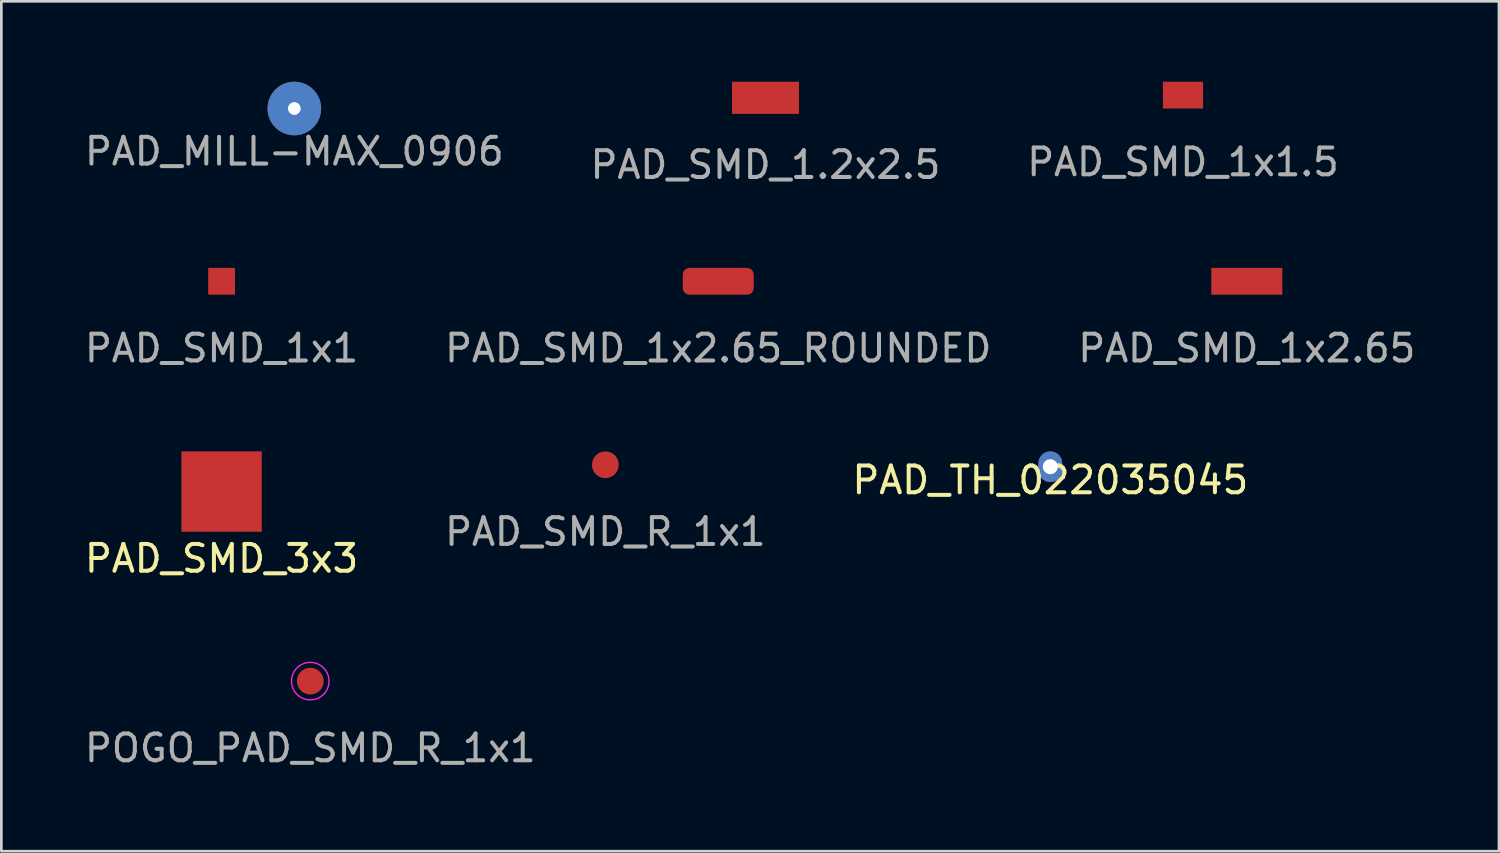
<source format=kicad_pcb>
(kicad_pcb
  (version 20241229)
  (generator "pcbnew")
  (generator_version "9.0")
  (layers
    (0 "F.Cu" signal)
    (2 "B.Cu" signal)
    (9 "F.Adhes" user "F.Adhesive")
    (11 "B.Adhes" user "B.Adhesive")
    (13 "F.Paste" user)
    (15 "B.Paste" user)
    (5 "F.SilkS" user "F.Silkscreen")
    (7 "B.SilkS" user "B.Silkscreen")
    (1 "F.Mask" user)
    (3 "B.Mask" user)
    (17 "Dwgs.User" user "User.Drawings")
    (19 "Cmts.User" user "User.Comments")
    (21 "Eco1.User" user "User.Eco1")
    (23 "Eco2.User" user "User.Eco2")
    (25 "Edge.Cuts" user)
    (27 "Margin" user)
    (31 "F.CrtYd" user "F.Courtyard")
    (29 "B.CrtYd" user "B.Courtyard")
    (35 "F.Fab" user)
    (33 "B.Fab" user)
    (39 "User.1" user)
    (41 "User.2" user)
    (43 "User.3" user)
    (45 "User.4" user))
  (footprint "PAD_SMD_1.2x2.5"
    (layer "F.Cu")
    (at 25.518 0.6)
    (property "Reference" "PAD_SMD_1.2x2.5" (at 0 2.5 0) (layer "F.Fab") (effects (font (size 1 1) (thickness 0.15))))
    (attr exclude_from_pos_files exclude_from_bom)
    (pad "1" smd rect (at 0 0) (size 2.5 1.2) (layers "F.Cu" "F.Mask")))
  (footprint "POGO_PAD_SMD_R_1x1"
    (layer "F.Cu")
    (at 8.53 22.37)
    (property "Reference" "POGO_PAD_SMD_R_1x1" (at 0 2.5 0) (layer "F.Fab") (effects (font (size 1 1) (thickness 0.15))))
    (attr through_hole)
    (fp_circle (center 0 0) (end 0.7 0) (stroke (width 0.05) (type solid)) (fill no) (layer "F.CrtYd"))
    (pad "1" smd oval (at 0 0) (size 1 1) (layers "F.Cu" "F.Mask")))
  (footprint "PAD_SMD_1x1.5"
    (layer "F.Cu")
    (at 41.101 0.5)
    (property "Reference" "PAD_SMD_1x1.5" (at 0 2.5 0) (layer "F.Fab") (effects (font (size 1 1) (thickness 0.15))))
    (attr exclude_from_pos_files exclude_from_bom)
    (pad "1" smd rect (at 0 0) (size 1.5 1) (layers "F.Cu" "F.Mask")))
  (footprint "PAD_TH_022035045"
    (layer "F.Cu")
    (at 36.149 14.368)
    (property "Reference" "PAD_TH_022035045" (at 0 0.5 0) (layer "F.SilkS") (effects (font (size 1 1) (thickness 0.15))))
    (attr through_hole)
    (pad "1" thru_hole oval (at 0 0) (size 0.889 1.143) (drill 0.559) (layers "*.Cu" "*.Mask")))
  (footprint "PAD_MILL-MAX_0906"
    (layer "F.Cu")
    (at 7.935 1)
    (property "Reference" "PAD_MILL-MAX_0906" (at 0 1.6 0) (layer "F.Fab") (effects (font (size 1 1) (thickness 0.15))))
    (attr through_hole)
    (pad "1" thru_hole circle (at 0 0) (size 1.25 1.25) (drill 0.46) (layers "B.Cu" "B.Mask"))
    (pad "1" thru_hole circle (at 0 0) (size 2 2) (drill 0.46) (layers "F.Cu" "F.Mask")))
  (footprint "PAD_SMD_1x2.65_ROUNDED"
    (layer "F.Cu")
    (at 23.756 7.448)
    (property "Reference" "PAD_SMD_1x2.65_ROUNDED" (at 0 2.5 0) (layer "F.Fab") (effects (font (size 1 1) (thickness 0.15))))
    (attr exclude_from_pos_files exclude_from_bom)
    (pad "1" smd roundrect (at 0 0) (size 2.65 1) (layers "F.Cu" "F.Mask") (roundrect_rratio 0.25)))
  (footprint "PAD_SMD_R_1x1"
    (layer "F.Cu")
    (at 19.542 14.296)
    (property "Reference" "PAD_SMD_R_1x1" (at 0 2.5 0) (layer "F.Fab") (effects (font (size 1 1) (thickness 0.15))))
    (attr through_hole)
    (pad "1" smd oval (at 0 0) (size 1 1) (layers "F.Cu" "F.Mask")))
  (footprint "PAD_SMD_1x1"
    (layer "F.Cu")
    (at 5.22 7.448)
    (property "Reference" "PAD_SMD_1x1" (at 0 2.5 0) (layer "F.Fab") (effects (font (size 1 1) (thickness 0.15))))
    (attr exclude_from_pos_files exclude_from_bom)
    (pad "1" smd rect (at 0 0) (size 1 1) (layers "F.Cu" "F.Mask")))
  (footprint "PAD_SMD_1x2.65"
    (layer "F.Cu")
    (at 43.482 7.448)
    (property "Reference" "PAD_SMD_1x2.65" (at 0 2.5 0) (layer "F.Fab") (effects (font (size 1 1) (thickness 0.15))))
    (attr through_hole)
    (pad "1" smd rect (at 0 0) (size 2.65 1) (layers "F.Cu" "F.Mask")))
  (footprint "PAD_SMD_3x3"
    (layer "F.Cu")
    (at 5.22 15.296)
    (property "Reference" "PAD_SMD_3x3" (at 0 2.5 0) (layer "F.SilkS") (effects (font (size 1 1) (thickness 0.15))))
    (attr through_hole)
    (pad "1" smd rect (at 0 0) (size 3 3) (layers "F.Cu" "F.Mask")))
  (gr_rect
    (start -3 -3)
    (end 52.893 28.718)
    (stroke (width 0.1) (type default))
    (fill no)
    (layer "Edge.Cuts")))
</source>
